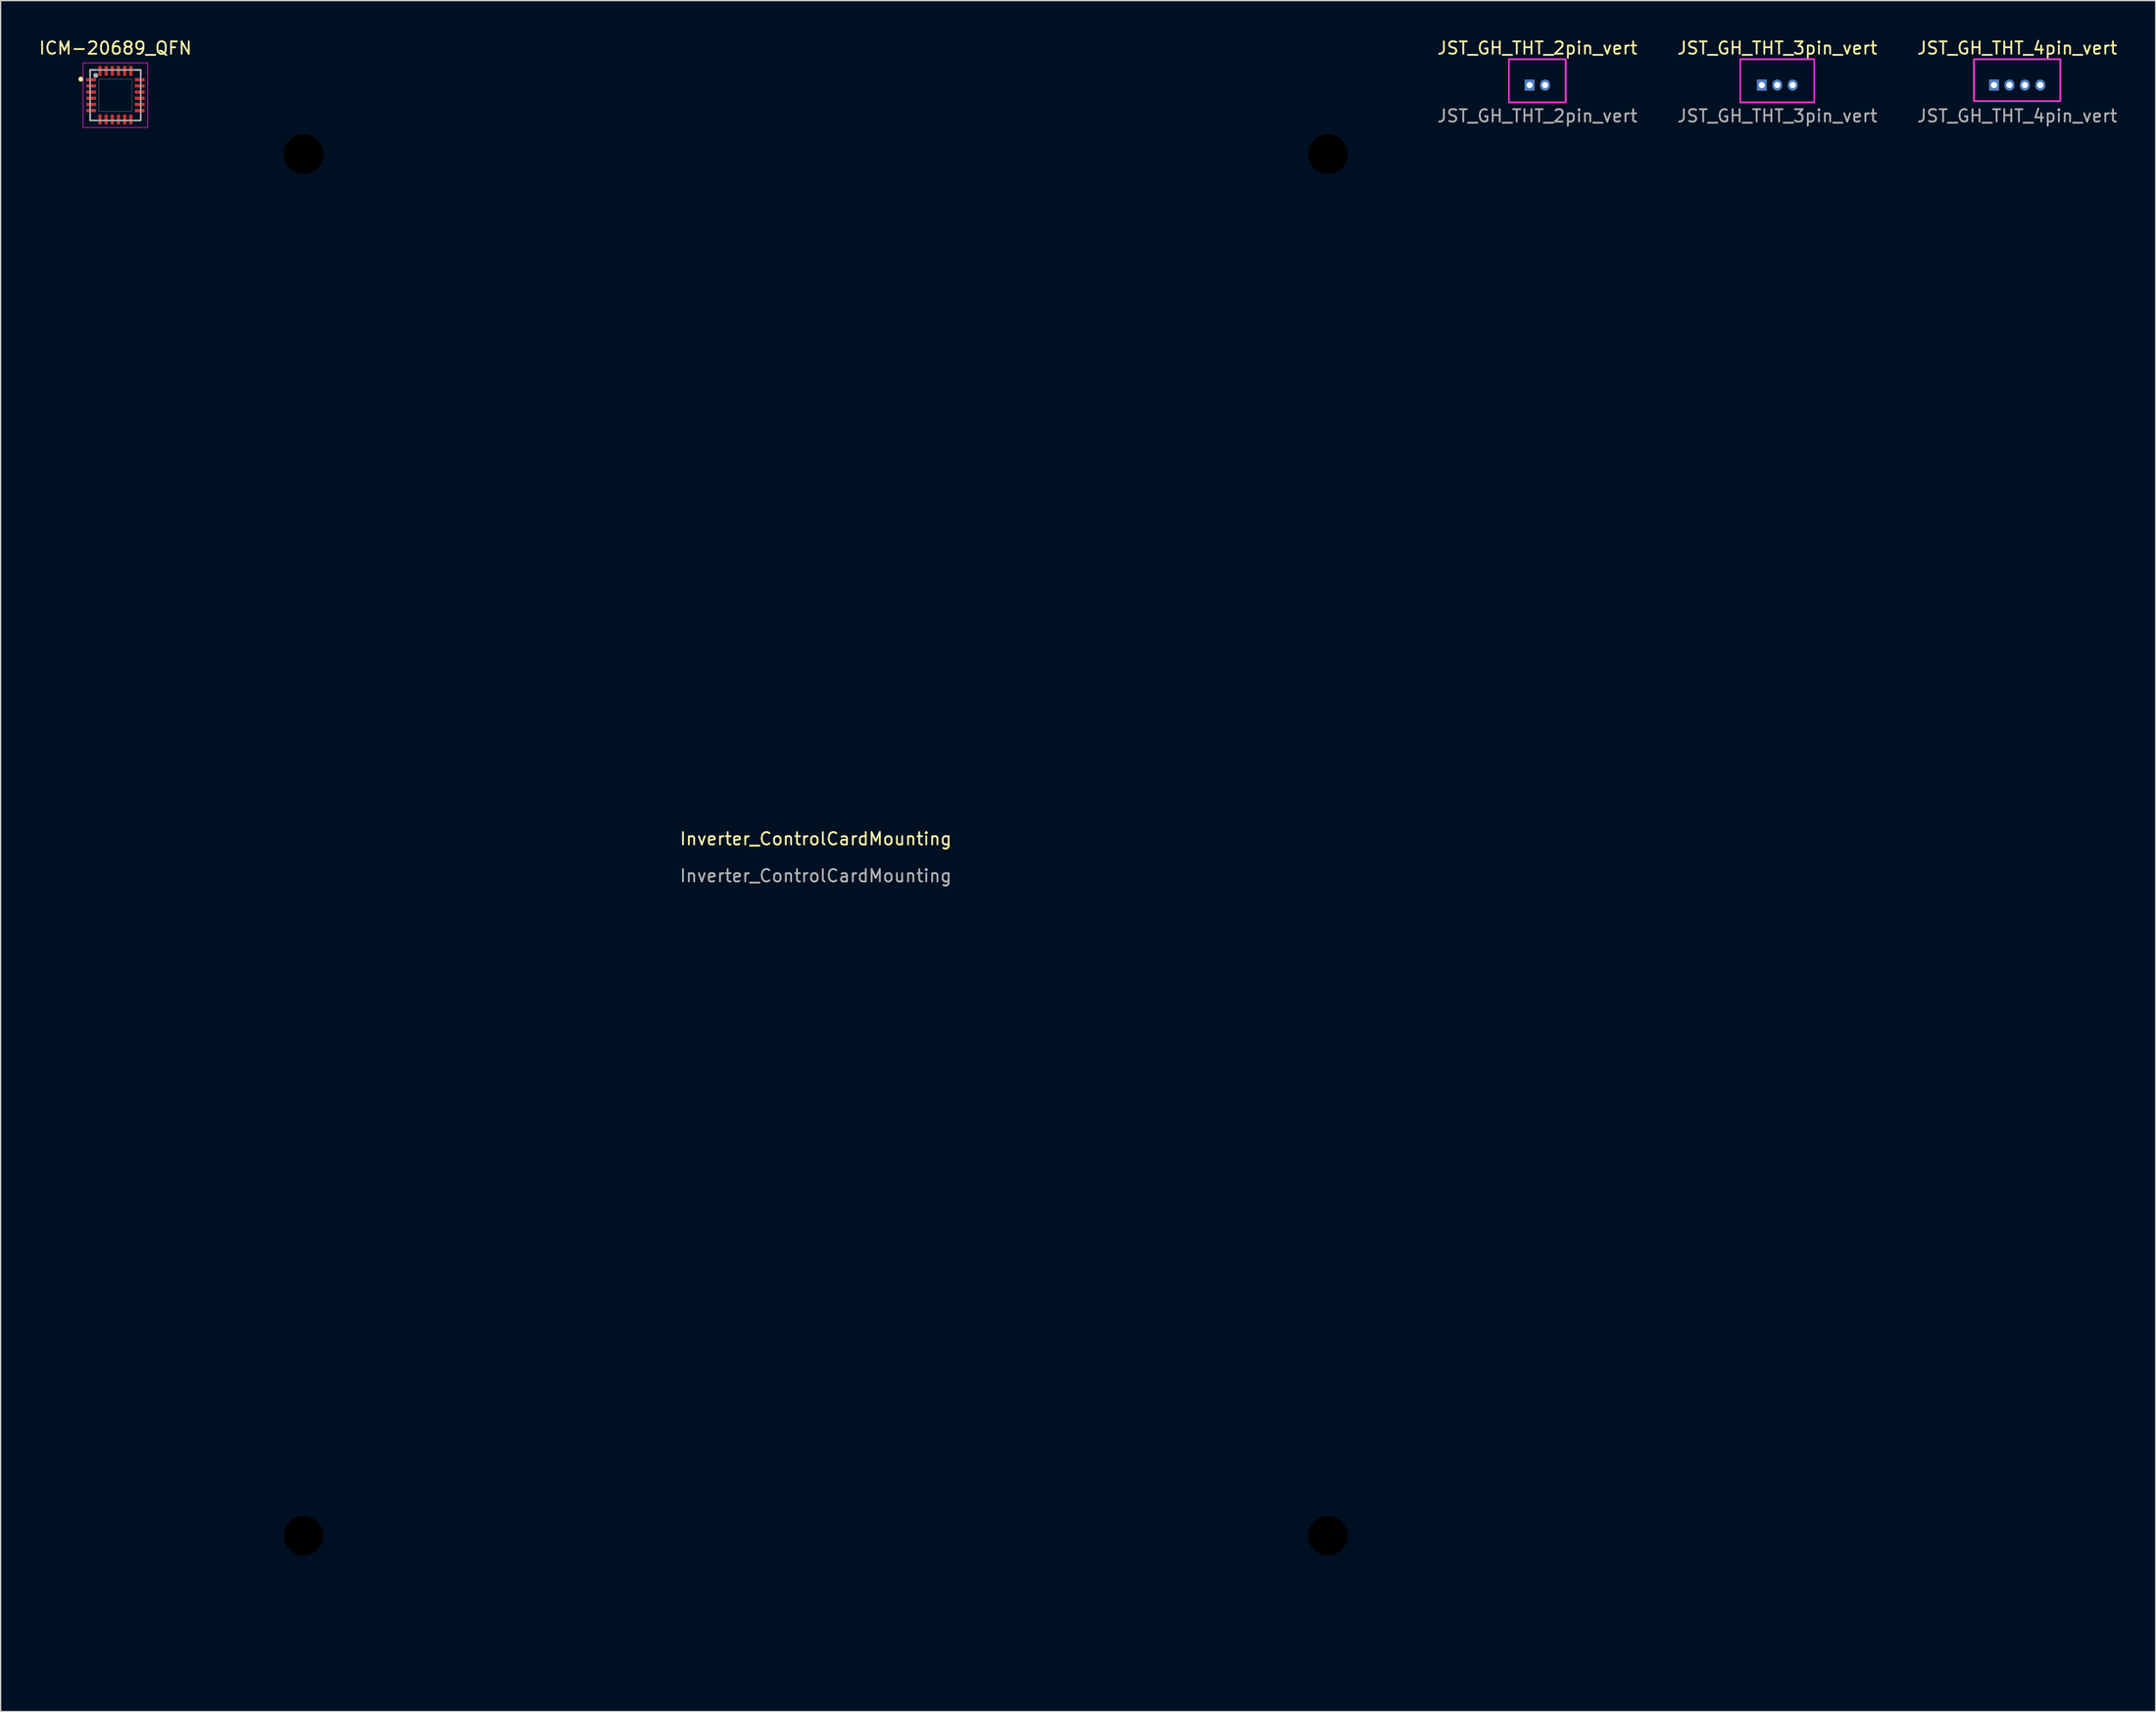
<source format=kicad_pcb>
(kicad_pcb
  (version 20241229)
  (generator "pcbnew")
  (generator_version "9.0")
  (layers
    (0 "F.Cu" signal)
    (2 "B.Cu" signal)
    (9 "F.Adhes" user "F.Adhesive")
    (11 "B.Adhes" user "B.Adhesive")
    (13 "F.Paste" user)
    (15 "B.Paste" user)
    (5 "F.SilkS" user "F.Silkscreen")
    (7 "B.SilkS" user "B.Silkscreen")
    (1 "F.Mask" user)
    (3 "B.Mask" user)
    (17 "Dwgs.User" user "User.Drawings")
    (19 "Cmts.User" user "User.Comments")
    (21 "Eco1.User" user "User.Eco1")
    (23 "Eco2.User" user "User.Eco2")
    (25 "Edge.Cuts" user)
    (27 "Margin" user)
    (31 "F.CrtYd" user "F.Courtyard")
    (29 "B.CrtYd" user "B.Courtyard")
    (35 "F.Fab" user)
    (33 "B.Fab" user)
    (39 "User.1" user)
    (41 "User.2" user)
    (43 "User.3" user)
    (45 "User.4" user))
  (footprint "JST_GH_THT_4pin_vert"
    (layer "F.Cu")
    (at 160.401 3.848)
    (property "Reference" "JST_GH_THT_4pin_vert" (at 0 -3 0) (unlocked yes) (layer "F.SilkS") (effects (font (size 1 1) (thickness 0.15))))
    (attr through_hole)
    (fp_rect (start -3.5 -2.1) (end 3.5 1.3) (stroke (width 0.12) (type default)) (fill no) (layer "F.SilkS"))
    (fp_rect (start -3.5 -2.1) (end 3.5 1.3) (stroke (width 0.12) (type default)) (fill no) (layer "F.CrtYd"))
    (fp_text user "${REFERENCE}" (at 0 2.5 0) (unlocked yes) (layer "F.Fab") (effects (font (size 1 1) (thickness 0.15))))
    (pad "1" thru_hole rect (at -1.875 0) (size 0.8 0.9) (drill 0.5) (layers "*.Cu" "*.Mask"))
    (pad "2" thru_hole oval (at -0.625 0) (size 0.8 0.9) (drill 0.5) (layers "*.Cu" "*.Mask"))
    (pad "3" thru_hole oval (at 0.625 0) (size 0.8 0.9) (drill 0.5) (layers "*.Cu" "*.Mask"))
    (pad "4" thru_hole oval (at 1.875 0) (size 0.8 0.9) (drill 0.5) (layers "*.Cu" "*.Mask")))
  (footprint "JST_GH_THT_2pin_vert"
    (layer "F.Cu")
    (at 121.521 3.848)
    (property "Reference" "JST_GH_THT_2pin_vert" (at 0 -3 0) (unlocked yes) (layer "F.SilkS") (effects (font (size 1 1) (thickness 0.15))))
    (attr through_hole)
    (fp_rect (start -2.3 -2.1) (end 2.3 1.4) (stroke (width 0.12) (type default)) (fill no) (layer "F.SilkS"))
    (fp_rect (start -2.3 -2.1) (end 2.3 1.4) (stroke (width 0.12) (type default)) (fill no) (layer "F.CrtYd"))
    (fp_text user "${REFERENCE}" (at 0 2.5 0) (unlocked yes) (layer "F.Fab") (effects (font (size 1 1) (thickness 0.15))))
    (pad "1" thru_hole rect (at -0.625 0) (size 0.8 0.9) (drill 0.5) (layers "*.Cu" "*.Mask"))
    (pad "2" thru_hole oval (at 0.625 0) (size 0.8 0.9) (drill 0.5) (layers "*.Cu" "*.Mask")))
  (footprint "ICM-20689_QFN"
    (layer "F.Cu")
    (at 6.302 4.666)
    (property "Reference" "ICM-20689_QFN" (at -0.00001 -3.816 0) (layer "F.SilkS") (effects (font (size 1.002 1.002) (thickness 0.15))))
    (attr through_hole)
    (fp_line (start -2.05 -2.05) (end -2.05 -1.6) (stroke (width 0.127) (type solid)) (layer "F.SilkS"))
    (fp_line (start -2.05 1.6) (end -2.05 2.05) (stroke (width 0.127) (type solid)) (layer "F.SilkS"))
    (fp_line (start -1.6 -2.05) (end -2.05 -2.05) (stroke (width 0.127) (type solid)) (layer "F.SilkS"))
    (fp_line (start -1.6 2.05) (end -2.05 2.05) (stroke (width 0.127) (type solid)) (layer "F.SilkS"))
    (fp_line (start 2.05 -2.05) (end 1.6 -2.05) (stroke (width 0.127) (type solid)) (layer "F.SilkS"))
    (fp_line (start 2.05 -2.05) (end 2.05 -1.6) (stroke (width 0.127) (type solid)) (layer "F.SilkS"))
    (fp_line (start 2.05 1.6) (end 2.05 2.05) (stroke (width 0.127) (type solid)) (layer "F.SilkS"))
    (fp_line (start 2.05 2.05) (end 1.6 2.05) (stroke (width 0.127) (type solid)) (layer "F.SilkS"))
    (fp_circle (center -2.8 -1.3) (end -2.7 -1.3) (stroke (width 0.2) (type solid)) (fill no) (layer "F.SilkS"))
    (fp_poly (pts (xy -1.35 -1.3) (xy 1.35 -1.3) (xy 1.35 1.3) (xy -1.35 1.3)) (stroke (width 0.01) (type solid)) (fill no) (layer "Dwgs.User"))
    (fp_poly (pts (xy -1.35 -1.3) (xy 1.35 -1.3) (xy 1.35 1.3) (xy -1.35 1.3)) (stroke (width 0.01) (type solid)) (fill no) (layer "Dwgs.User"))
    (fp_line (start -2.62 -2.62) (end 2.62 -2.62) (stroke (width 0.05) (type solid)) (layer "F.CrtYd"))
    (fp_line (start -2.62 2.62) (end -2.62 -2.62) (stroke (width 0.05) (type solid)) (layer "F.CrtYd"))
    (fp_line (start 2.62 -2.62) (end 2.62 2.62) (stroke (width 0.05) (type solid)) (layer "F.CrtYd"))
    (fp_line (start 2.62 2.62) (end -2.62 2.62) (stroke (width 0.05) (type solid)) (layer "F.CrtYd"))
    (fp_line (start -2.05 -2.05) (end 2.05 -2.05) (stroke (width 0.127) (type solid)) (layer "F.Fab"))
    (fp_line (start -2.05 2.05) (end -2.05 -2.05) (stroke (width 0.127) (type solid)) (layer "F.Fab"))
    (fp_line (start 2.05 -2.05) (end 2.05 2.05) (stroke (width 0.127) (type solid)) (layer "F.Fab"))
    (fp_line (start 2.05 2.05) (end -2.05 2.05) (stroke (width 0.127) (type solid)) (layer "F.Fab"))
    (fp_circle (center -1.6 -1.6) (end -1.5 -1.6) (stroke (width 0.2) (type solid)) (fill no) (layer "F.Fab"))
    (pad "1" smd rect (at -1.97 -1.25) (size 0.79 0.26) (layers "F.Cu" "F.Mask" "F.Paste"))
    (pad "2" smd rect (at -1.97 -0.75) (size 0.79 0.26) (layers "F.Cu" "F.Mask" "F.Paste"))
    (pad "3" smd rect (at -1.97 -0.25) (size 0.79 0.26) (layers "F.Cu" "F.Mask" "F.Paste"))
    (pad "4" smd rect (at -1.97 0.25) (size 0.79 0.26) (layers "F.Cu" "F.Mask" "F.Paste"))
    (pad "5" smd rect (at -1.97 0.75) (size 0.79 0.26) (layers "F.Cu" "F.Mask" "F.Paste"))
    (pad "6" smd rect (at -1.97 1.25) (size 0.79 0.26) (layers "F.Cu" "F.Mask" "F.Paste"))
    (pad "7" smd rect (at -1.25 1.97) (size 0.26 0.79) (layers "F.Cu" "F.Mask" "F.Paste"))
    (pad "8" smd rect (at -0.75 1.97) (size 0.26 0.79) (layers "F.Cu" "F.Mask" "F.Paste"))
    (pad "9" smd rect (at -0.25 1.97) (size 0.26 0.79) (layers "F.Cu" "F.Mask" "F.Paste"))
    (pad "10" smd rect (at 0.25 1.97) (size 0.26 0.79) (layers "F.Cu" "F.Mask" "F.Paste"))
    (pad "11" smd rect (at 0.75 1.97) (size 0.26 0.79) (layers "F.Cu" "F.Mask" "F.Paste"))
    (pad "12" smd rect (at 1.25 1.97) (size 0.26 0.79) (layers "F.Cu" "F.Mask" "F.Paste"))
    (pad "13" smd rect (at 1.97 1.25) (size 0.79 0.26) (layers "F.Cu" "F.Mask" "F.Paste"))
    (pad "14" smd rect (at 1.97 0.75) (size 0.79 0.26) (layers "F.Cu" "F.Mask" "F.Paste"))
    (pad "15" smd rect (at 1.97 0.25) (size 0.79 0.26) (layers "F.Cu" "F.Mask" "F.Paste"))
    (pad "16" smd rect (at 1.97 -0.25) (size 0.79 0.26) (layers "F.Cu" "F.Mask" "F.Paste"))
    (pad "17" smd rect (at 1.97 -0.75) (size 0.79 0.26) (layers "F.Cu" "F.Mask" "F.Paste"))
    (pad "18" smd rect (at 1.97 -1.25) (size 0.79 0.26) (layers "F.Cu" "F.Mask" "F.Paste"))
    (pad "19" smd rect (at 1.25 -1.97) (size 0.26 0.79) (layers "F.Cu" "F.Mask" "F.Paste"))
    (pad "20" smd rect (at 0.75 -1.97) (size 0.26 0.79) (layers "F.Cu" "F.Mask" "F.Paste"))
    (pad "21" smd rect (at 0.25 -1.97) (size 0.26 0.79) (layers "F.Cu" "F.Mask" "F.Paste"))
    (pad "22" smd rect (at -0.25 -1.97) (size 0.26 0.79) (layers "F.Cu" "F.Mask" "F.Paste"))
    (pad "23" smd rect (at -0.75 -1.97) (size 0.26 0.79) (layers "F.Cu" "F.Mask" "F.Paste"))
    (pad "24" smd rect (at -1.25 -1.97) (size 0.26 0.79) (layers "F.Cu" "F.Mask" "F.Paste")))
  (footprint "Inverter_ControlCardMounting"
    (layer "F.Cu")
    (at 63.054 65.45)
    (property "Reference" "Inverter_ControlCardMounting" (at 0 -0.5 0) (unlocked yes) (layer "F.SilkS") (effects (font (size 1 1) (thickness 0.15))))
    (fp_line (start -45.5 -56) (end -45.5 56) (stroke (width 0.12) (type default)) (layer "User.9"))
    (fp_line (start 42 -63) (end -42 -63) (stroke (width 0.12) (type default)) (layer "User.9"))
    (fp_line (start 42 65) (end -42 65) (stroke (width 0.12) (type default)) (layer "User.9"))
    (fp_line (start 45.5 -56) (end 45.5 56) (stroke (width 0.12) (type default)) (layer "User.9"))
    (fp_text user "${REFERENCE}" (at 0 2.5 0) (unlocked yes) (layer "F.Fab") (effects (font (size 1 1) (thickness 0.15))))
    (fp_text user "Place current sensors outside this line (lower power pcb edge)" (at -23 67 0) (unlocked yes) (layer "User.9") (effects (font (size 1 1) (thickness 0.15)) (justify left bottom)))
    (fp_text user "Keep in here (upper power pcb edge)" (at -15 -64 0) (unlocked yes) (layer "User.9") (effects (font (size 1 1) (thickness 0.15)) (justify left bottom)))
    (fp_text user "Keep in here" (at 47 7 90) (unlocked yes) (layer "User.9") (effects (font (size 1 1) (thickness 0.15)) (justify left bottom)))
    (fp_text user "Keep in here" (at -46 2 90) (unlocked yes) (layer "User.9") (effects (font (size 1 1) (thickness 0.15)) (justify left bottom)))
    (pad "" np_thru_hole circle (at -41.5 -56) (size 4 4) (drill 3.2) (layers "*.Mask"))
    (pad "" np_thru_hole circle (at -41.5 56) (size 4 4) (drill 3.2) (layers "*.Mask"))
    (pad "" np_thru_hole circle (at 41.5 -56) (size 4 4) (drill 3.2) (layers "*.Mask"))
    (pad "" np_thru_hole circle (at 41.5 56) (size 4 4) (drill 3.2) (layers "*.Mask")))
  (footprint "JST_GH_THT_3pin_vert"
    (layer "F.Cu")
    (at 140.961 3.848)
    (property "Reference" "JST_GH_THT_3pin_vert" (at 0 -3 0) (unlocked yes) (layer "F.SilkS") (effects (font (size 1 1) (thickness 0.15))))
    (attr through_hole)
    (fp_rect (start -3 -2.1) (end 3 1.4) (stroke (width 0.12) (type default)) (fill no) (layer "F.SilkS"))
    (fp_rect (start -3 -2.1) (end 3 1.4) (stroke (width 0.12) (type default)) (fill no) (layer "F.CrtYd"))
    (fp_text user "${REFERENCE}" (at 0 2.5 0) (unlocked yes) (layer "F.Fab") (effects (font (size 1 1) (thickness 0.15))))
    (pad "1" thru_hole rect (at -1.25 0) (size 0.8 0.9) (drill 0.5) (layers "*.Cu" "*.Mask"))
    (pad "2" thru_hole oval (at 0 0) (size 0.8 0.9) (drill 0.5) (layers "*.Cu" "*.Mask"))
    (pad "3" thru_hole oval (at 1.25 0) (size 0.8 0.9) (drill 0.5) (layers "*.Cu" "*.Mask")))
  (gr_rect
    (start -3 -3)
    (end 171.622 135.696)
    (stroke (width 0.1) (type default))
    (fill no)
    (layer "Edge.Cuts")))
</source>
